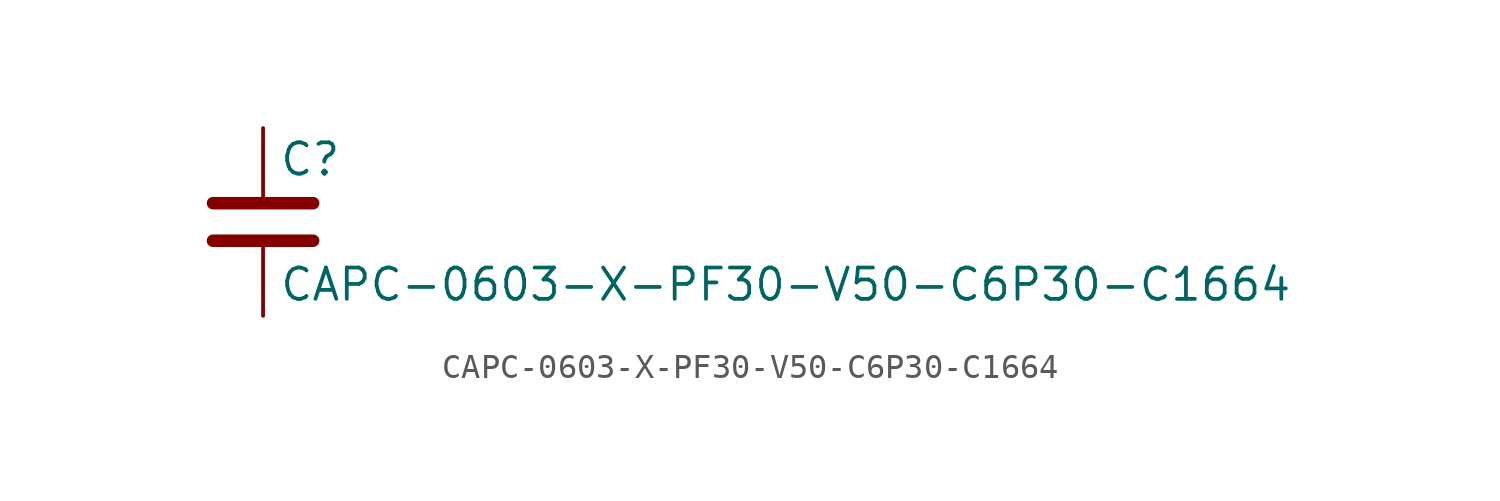
<source format=kicad_sym>
(kicad_symbol_lib
  (version 20211014)
  (generator kicad_symbol_editor)
  (symbol "CAPC-0603-X-PF30-V50-C6P30-C1664"
    (pin_numbers hide)
    (pin_names
      (offset 0.254))
    (property "Reference" "C"
      (at 0.635 2.54 0)
      (effects (font (size 1.27 1.27)) (justify left)))
    (property "Value" "CAPC-0603-X-PF30-V50-C6P30-C1664"
      (at 0.635 -2.54 0)
      (effects (font (size 1.27 1.27)) (justify left)))
    (symbol "CAPC-0603-X-PF30-V50-C6P30-C1664_0_1"
      (polyline (pts (xy -2.032 -0.762) (xy 2.032 -0.762)) (stroke (width 0.508) (type default) (color 0 0 0 0)) (fill (type none)))
      (polyline (pts (xy -2.032 0.762) (xy 2.032 0.762)) (stroke (width 0.508) (type default) (color 0 0 0 0)) (fill (type none))))
    (symbol "CAPC-0603-X-PF30-V50-C6P30-C1664_1_1"
      (pin passive line (at 0 3.81 270) (length 2.794) (name "~" (effects (font (size 1.27 1.27)))) (number "1" (effects (font (size 1.27 1.27)))))
      (pin passive line (at 0 -3.81 90) (length 2.794) (name "~" (effects (font (size 1.27 1.27)))) (number "2" (effects (font (size 1.27 1.27))))))))
</source>
